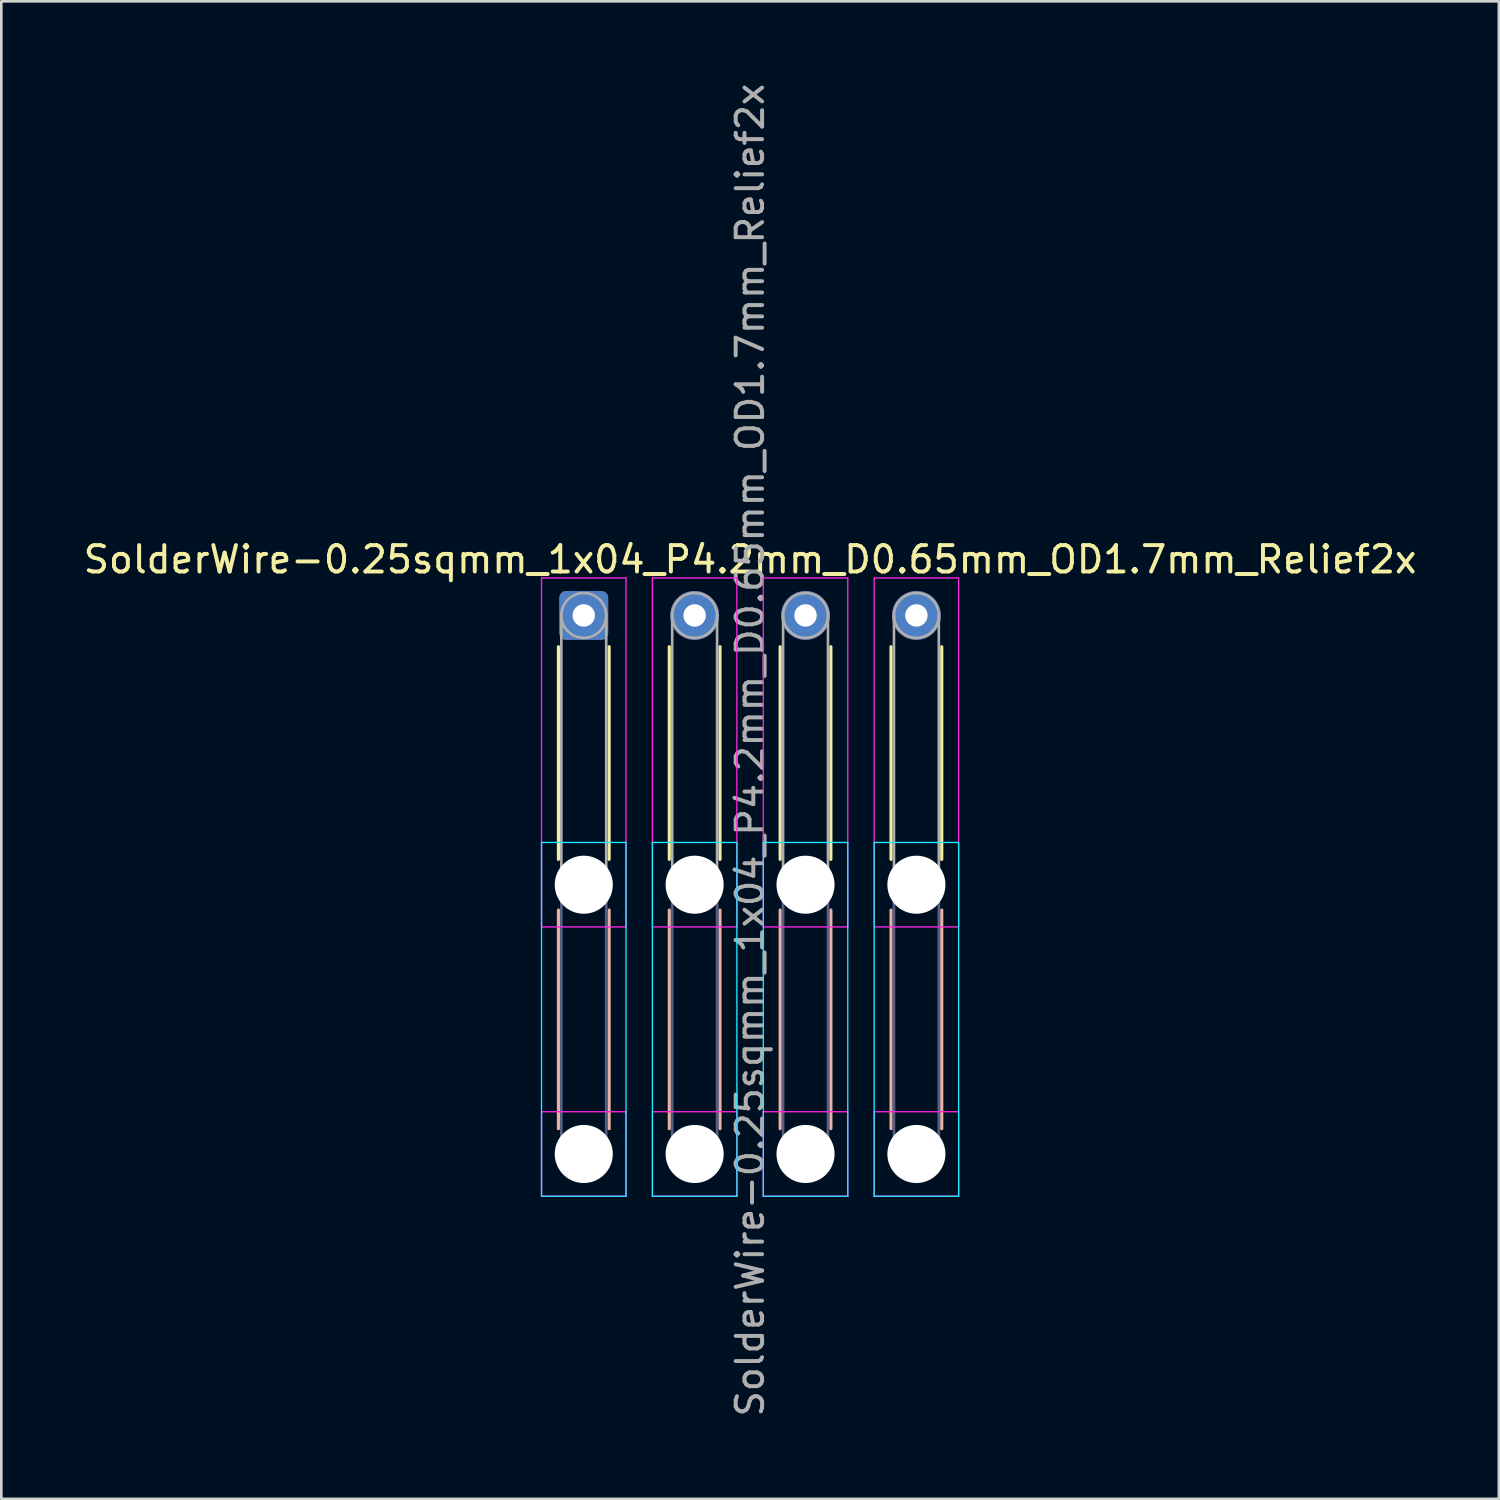
<source format=kicad_pcb>
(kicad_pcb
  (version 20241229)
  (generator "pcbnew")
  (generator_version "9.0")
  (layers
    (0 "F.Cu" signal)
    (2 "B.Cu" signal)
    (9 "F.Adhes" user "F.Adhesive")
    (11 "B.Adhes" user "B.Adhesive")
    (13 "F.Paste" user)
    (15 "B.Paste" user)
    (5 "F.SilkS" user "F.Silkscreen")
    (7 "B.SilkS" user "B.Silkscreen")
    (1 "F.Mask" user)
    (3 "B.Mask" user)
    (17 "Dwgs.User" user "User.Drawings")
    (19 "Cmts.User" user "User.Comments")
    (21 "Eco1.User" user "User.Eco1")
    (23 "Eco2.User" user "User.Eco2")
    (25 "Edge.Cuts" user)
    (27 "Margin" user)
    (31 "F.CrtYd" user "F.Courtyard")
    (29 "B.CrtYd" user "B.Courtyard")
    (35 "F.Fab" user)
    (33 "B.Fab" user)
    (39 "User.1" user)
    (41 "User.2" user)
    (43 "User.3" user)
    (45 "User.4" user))
  (footprint "SolderWire-0.25sqmm_1x04_P4.2mm_D0.65mm_OD1.7mm_Relief2x"
    (layer "F.Cu")
    (at 19.063 20.263)
    (property "Reference" "SolderWire-0.25sqmm_1x04_P4.2mm_D0.65mm_OD1.7mm_Relief2x" (at 6.3 -2.12 0) (layer "F.SilkS") (effects (font (size 1 1) (thickness 0.15))))
    (attr exclude_from_pos_files exclude_from_bom)
    (fp_line (start -0.96 1.185) (end -0.96 9.24) (stroke (width 0.12) (type solid)) (layer "F.SilkS"))
    (fp_line (start 0.96 1.185) (end 0.96 9.24) (stroke (width 0.12) (type solid)) (layer "F.SilkS"))
    (fp_line (start 3.24 1.185) (end 3.24 9.24) (stroke (width 0.12) (type solid)) (layer "F.SilkS"))
    (fp_line (start 5.16 1.185) (end 5.16 9.24) (stroke (width 0.12) (type solid)) (layer "F.SilkS"))
    (fp_line (start 7.44 1.185) (end 7.44 9.24) (stroke (width 0.12) (type solid)) (layer "F.SilkS"))
    (fp_line (start 9.36 1.185) (end 9.36 9.24) (stroke (width 0.12) (type solid)) (layer "F.SilkS"))
    (fp_line (start 11.64 1.185) (end 11.64 9.24) (stroke (width 0.12) (type solid)) (layer "F.SilkS"))
    (fp_line (start 13.56 1.185) (end 13.56 9.24) (stroke (width 0.12) (type solid)) (layer "F.SilkS"))
    (fp_line (start -0.96 11.16) (end -0.96 19.44) (stroke (width 0.12) (type solid)) (layer "B.SilkS"))
    (fp_line (start 0.96 11.16) (end 0.96 19.44) (stroke (width 0.12) (type solid)) (layer "B.SilkS"))
    (fp_line (start 3.24 11.16) (end 3.24 19.44) (stroke (width 0.12) (type solid)) (layer "B.SilkS"))
    (fp_line (start 5.16 11.16) (end 5.16 19.44) (stroke (width 0.12) (type solid)) (layer "B.SilkS"))
    (fp_line (start 7.44 11.16) (end 7.44 19.44) (stroke (width 0.12) (type solid)) (layer "B.SilkS"))
    (fp_line (start 9.36 11.16) (end 9.36 19.44) (stroke (width 0.12) (type solid)) (layer "B.SilkS"))
    (fp_line (start 11.64 11.16) (end 11.64 19.44) (stroke (width 0.12) (type solid)) (layer "B.SilkS"))
    (fp_line (start 13.56 11.16) (end 13.56 19.44) (stroke (width 0.12) (type solid)) (layer "B.SilkS"))
    (fp_line (start -1.6 8.6) (end -1.6 22) (stroke (width 0.05) (type solid)) (layer "B.CrtYd"))
    (fp_line (start -1.6 22) (end 1.6 22) (stroke (width 0.05) (type solid)) (layer "B.CrtYd"))
    (fp_line (start 1.6 8.6) (end -1.6 8.6) (stroke (width 0.05) (type solid)) (layer "B.CrtYd"))
    (fp_line (start 1.6 22) (end 1.6 8.6) (stroke (width 0.05) (type solid)) (layer "B.CrtYd"))
    (fp_line (start 2.6 8.6) (end 2.6 22) (stroke (width 0.05) (type solid)) (layer "B.CrtYd"))
    (fp_line (start 2.6 22) (end 5.8 22) (stroke (width 0.05) (type solid)) (layer "B.CrtYd"))
    (fp_line (start 5.8 8.6) (end 2.6 8.6) (stroke (width 0.05) (type solid)) (layer "B.CrtYd"))
    (fp_line (start 5.8 22) (end 5.8 8.6) (stroke (width 0.05) (type solid)) (layer "B.CrtYd"))
    (fp_line (start 6.8 8.6) (end 6.8 22) (stroke (width 0.05) (type solid)) (layer "B.CrtYd"))
    (fp_line (start 6.8 22) (end 10 22) (stroke (width 0.05) (type solid)) (layer "B.CrtYd"))
    (fp_line (start 10 8.6) (end 6.8 8.6) (stroke (width 0.05) (type solid)) (layer "B.CrtYd"))
    (fp_line (start 10 22) (end 10 8.6) (stroke (width 0.05) (type solid)) (layer "B.CrtYd"))
    (fp_line (start 11 8.6) (end 11 22) (stroke (width 0.05) (type solid)) (layer "B.CrtYd"))
    (fp_line (start 11 22) (end 14.2 22) (stroke (width 0.05) (type solid)) (layer "B.CrtYd"))
    (fp_line (start 14.2 8.6) (end 11 8.6) (stroke (width 0.05) (type solid)) (layer "B.CrtYd"))
    (fp_line (start 14.2 22) (end 14.2 8.6) (stroke (width 0.05) (type solid)) (layer "B.CrtYd"))
    (fp_line (start -1.6 -1.42) (end -1.6 11.8) (stroke (width 0.05) (type solid)) (layer "F.CrtYd"))
    (fp_line (start -1.6 11.8) (end 1.6 11.8) (stroke (width 0.05) (type solid)) (layer "F.CrtYd"))
    (fp_line (start -1.6 18.8) (end -1.6 22) (stroke (width 0.05) (type solid)) (layer "F.CrtYd"))
    (fp_line (start -1.6 22) (end 1.6 22) (stroke (width 0.05) (type solid)) (layer "F.CrtYd"))
    (fp_line (start 1.6 -1.42) (end -1.6 -1.42) (stroke (width 0.05) (type solid)) (layer "F.CrtYd"))
    (fp_line (start 1.6 11.8) (end 1.6 -1.42) (stroke (width 0.05) (type solid)) (layer "F.CrtYd"))
    (fp_line (start 1.6 18.8) (end -1.6 18.8) (stroke (width 0.05) (type solid)) (layer "F.CrtYd"))
    (fp_line (start 1.6 22) (end 1.6 18.8) (stroke (width 0.05) (type solid)) (layer "F.CrtYd"))
    (fp_line (start 2.6 -1.42) (end 2.6 11.8) (stroke (width 0.05) (type solid)) (layer "F.CrtYd"))
    (fp_line (start 2.6 11.8) (end 5.8 11.8) (stroke (width 0.05) (type solid)) (layer "F.CrtYd"))
    (fp_line (start 2.6 18.8) (end 2.6 22) (stroke (width 0.05) (type solid)) (layer "F.CrtYd"))
    (fp_line (start 2.6 22) (end 5.8 22) (stroke (width 0.05) (type solid)) (layer "F.CrtYd"))
    (fp_line (start 5.8 -1.42) (end 2.6 -1.42) (stroke (width 0.05) (type solid)) (layer "F.CrtYd"))
    (fp_line (start 5.8 11.8) (end 5.8 -1.42) (stroke (width 0.05) (type solid)) (layer "F.CrtYd"))
    (fp_line (start 5.8 18.8) (end 2.6 18.8) (stroke (width 0.05) (type solid)) (layer "F.CrtYd"))
    (fp_line (start 5.8 22) (end 5.8 18.8) (stroke (width 0.05) (type solid)) (layer "F.CrtYd"))
    (fp_line (start 6.8 -1.42) (end 6.8 11.8) (stroke (width 0.05) (type solid)) (layer "F.CrtYd"))
    (fp_line (start 6.8 11.8) (end 10 11.8) (stroke (width 0.05) (type solid)) (layer "F.CrtYd"))
    (fp_line (start 6.8 18.8) (end 6.8 22) (stroke (width 0.05) (type solid)) (layer "F.CrtYd"))
    (fp_line (start 6.8 22) (end 10 22) (stroke (width 0.05) (type solid)) (layer "F.CrtYd"))
    (fp_line (start 10 -1.42) (end 6.8 -1.42) (stroke (width 0.05) (type solid)) (layer "F.CrtYd"))
    (fp_line (start 10 11.8) (end 10 -1.42) (stroke (width 0.05) (type solid)) (layer "F.CrtYd"))
    (fp_line (start 10 18.8) (end 6.8 18.8) (stroke (width 0.05) (type solid)) (layer "F.CrtYd"))
    (fp_line (start 10 22) (end 10 18.8) (stroke (width 0.05) (type solid)) (layer "F.CrtYd"))
    (fp_line (start 11 -1.42) (end 11 11.8) (stroke (width 0.05) (type solid)) (layer "F.CrtYd"))
    (fp_line (start 11 11.8) (end 14.2 11.8) (stroke (width 0.05) (type solid)) (layer "F.CrtYd"))
    (fp_line (start 11 18.8) (end 11 22) (stroke (width 0.05) (type solid)) (layer "F.CrtYd"))
    (fp_line (start 11 22) (end 14.2 22) (stroke (width 0.05) (type solid)) (layer "F.CrtYd"))
    (fp_line (start 14.2 -1.42) (end 11 -1.42) (stroke (width 0.05) (type solid)) (layer "F.CrtYd"))
    (fp_line (start 14.2 11.8) (end 14.2 -1.42) (stroke (width 0.05) (type solid)) (layer "F.CrtYd"))
    (fp_line (start 14.2 18.8) (end 11 18.8) (stroke (width 0.05) (type solid)) (layer "F.CrtYd"))
    (fp_line (start 14.2 22) (end 14.2 18.8) (stroke (width 0.05) (type solid)) (layer "F.CrtYd"))
    (fp_line (start -0.85 10.2) (end -0.85 20.4) (stroke (width 0.1) (type solid)) (layer "B.Fab"))
    (fp_line (start 0.85 10.2) (end 0.85 20.4) (stroke (width 0.1) (type solid)) (layer "B.Fab"))
    (fp_line (start 3.35 10.2) (end 3.35 20.4) (stroke (width 0.1) (type solid)) (layer "B.Fab"))
    (fp_line (start 5.05 10.2) (end 5.05 20.4) (stroke (width 0.1) (type solid)) (layer "B.Fab"))
    (fp_line (start 7.55 10.2) (end 7.55 20.4) (stroke (width 0.1) (type solid)) (layer "B.Fab"))
    (fp_line (start 9.25 10.2) (end 9.25 20.4) (stroke (width 0.1) (type solid)) (layer "B.Fab"))
    (fp_line (start 11.75 10.2) (end 11.75 20.4) (stroke (width 0.1) (type solid)) (layer "B.Fab"))
    (fp_line (start 13.45 10.2) (end 13.45 20.4) (stroke (width 0.1) (type solid)) (layer "B.Fab"))
    (fp_circle (center 0 10.2) (end 0.85 10.2) (stroke (width 0.1) (type solid)) (fill no) (layer "B.Fab"))
    (fp_circle (center 0 20.4) (end 0.85 20.4) (stroke (width 0.1) (type solid)) (fill no) (layer "B.Fab"))
    (fp_circle (center 4.2 10.2) (end 5.05 10.2) (stroke (width 0.1) (type solid)) (fill no) (layer "B.Fab"))
    (fp_circle (center 4.2 20.4) (end 5.05 20.4) (stroke (width 0.1) (type solid)) (fill no) (layer "B.Fab"))
    (fp_circle (center 8.4 10.2) (end 9.25 10.2) (stroke (width 0.1) (type solid)) (fill no) (layer "B.Fab"))
    (fp_circle (center 8.4 20.4) (end 9.25 20.4) (stroke (width 0.1) (type solid)) (fill no) (layer "B.Fab"))
    (fp_circle (center 12.6 10.2) (end 13.45 10.2) (stroke (width 0.1) (type solid)) (fill no) (layer "B.Fab"))
    (fp_circle (center 12.6 20.4) (end 13.45 20.4) (stroke (width 0.1) (type solid)) (fill no) (layer "B.Fab"))
    (fp_line (start -0.85 0) (end -0.85 10.2) (stroke (width 0.1) (type solid)) (layer "F.Fab"))
    (fp_line (start 0.85 0) (end 0.85 10.2) (stroke (width 0.1) (type solid)) (layer "F.Fab"))
    (fp_line (start 3.35 0) (end 3.35 10.2) (stroke (width 0.1) (type solid)) (layer "F.Fab"))
    (fp_line (start 5.05 0) (end 5.05 10.2) (stroke (width 0.1) (type solid)) (layer "F.Fab"))
    (fp_line (start 7.55 0) (end 7.55 10.2) (stroke (width 0.1) (type solid)) (layer "F.Fab"))
    (fp_line (start 9.25 0) (end 9.25 10.2) (stroke (width 0.1) (type solid)) (layer "F.Fab"))
    (fp_line (start 11.75 0) (end 11.75 10.2) (stroke (width 0.1) (type solid)) (layer "F.Fab"))
    (fp_line (start 13.45 0) (end 13.45 10.2) (stroke (width 0.1) (type solid)) (layer "F.Fab"))
    (fp_circle (center 0 0) (end 0.85 0) (stroke (width 0.1) (type solid)) (fill no) (layer "F.Fab"))
    (fp_circle (center 0 10.2) (end 0.85 10.2) (stroke (width 0.1) (type solid)) (fill no) (layer "F.Fab"))
    (fp_circle (center 0 20.4) (end 0.85 20.4) (stroke (width 0.1) (type solid)) (fill no) (layer "F.Fab"))
    (fp_circle (center 4.2 0) (end 5.05 0) (stroke (width 0.1) (type solid)) (fill no) (layer "F.Fab"))
    (fp_circle (center 4.2 10.2) (end 5.05 10.2) (stroke (width 0.1) (type solid)) (fill no) (layer "F.Fab"))
    (fp_circle (center 4.2 20.4) (end 5.05 20.4) (stroke (width 0.1) (type solid)) (fill no) (layer "F.Fab"))
    (fp_circle (center 8.4 0) (end 9.25 0) (stroke (width 0.1) (type solid)) (fill no) (layer "F.Fab"))
    (fp_circle (center 8.4 10.2) (end 9.25 10.2) (stroke (width 0.1) (type solid)) (fill no) (layer "F.Fab"))
    (fp_circle (center 8.4 20.4) (end 9.25 20.4) (stroke (width 0.1) (type solid)) (fill no) (layer "F.Fab"))
    (fp_circle (center 12.6 0) (end 13.45 0) (stroke (width 0.1) (type solid)) (fill no) (layer "F.Fab"))
    (fp_circle (center 12.6 10.2) (end 13.45 10.2) (stroke (width 0.1) (type solid)) (fill no) (layer "F.Fab"))
    (fp_circle (center 12.6 20.4) (end 13.45 20.4) (stroke (width 0.1) (type solid)) (fill no) (layer "F.Fab"))
    (fp_text user "${REFERENCE}" (at 6.3 5.1 90) (layer "F.Fab") (effects (font (size 1 1) (thickness 0.15))))
    (pad "" np_thru_hole circle (at 0 10.2) (size 2.2 2.2) (drill 2.2) (layers "*.Cu" "*.Mask"))
    (pad "" np_thru_hole circle (at 0 20.4) (size 2.2 2.2) (drill 2.2) (layers "*.Cu" "*.Mask"))
    (pad "" np_thru_hole circle (at 4.2 10.2) (size 2.2 2.2) (drill 2.2) (layers "*.Cu" "*.Mask"))
    (pad "" np_thru_hole circle (at 4.2 20.4) (size 2.2 2.2) (drill 2.2) (layers "*.Cu" "*.Mask"))
    (pad "" np_thru_hole circle (at 8.4 10.2) (size 2.2 2.2) (drill 2.2) (layers "*.Cu" "*.Mask"))
    (pad "" np_thru_hole circle (at 8.4 20.4) (size 2.2 2.2) (drill 2.2) (layers "*.Cu" "*.Mask"))
    (pad "" np_thru_hole circle (at 12.6 10.2) (size 2.2 2.2) (drill 2.2) (layers "*.Cu" "*.Mask"))
    (pad "" np_thru_hole circle (at 12.6 20.4) (size 2.2 2.2) (drill 2.2) (layers "*.Cu" "*.Mask"))
    (pad "1" thru_hole roundrect (at 0 0) (size 1.85 1.85) (drill 0.85) (layers "*.Cu" "*.Mask") (roundrect_rratio 0.135))
    (pad "2" thru_hole circle (at 4.2 0) (size 1.85 1.85) (drill 0.85) (layers "*.Cu" "*.Mask"))
    (pad "3" thru_hole circle (at 8.4 0) (size 1.85 1.85) (drill 0.85) (layers "*.Cu" "*.Mask"))
    (pad "4" thru_hole circle (at 12.6 0) (size 1.85 1.85) (drill 0.85) (layers "*.Cu" "*.Mask")))
  (gr_rect
    (start -3 -3)
    (end 53.726 53.726)
    (stroke (width 0.1) (type default))
    (fill no)
    (layer "Edge.Cuts")))
</source>
